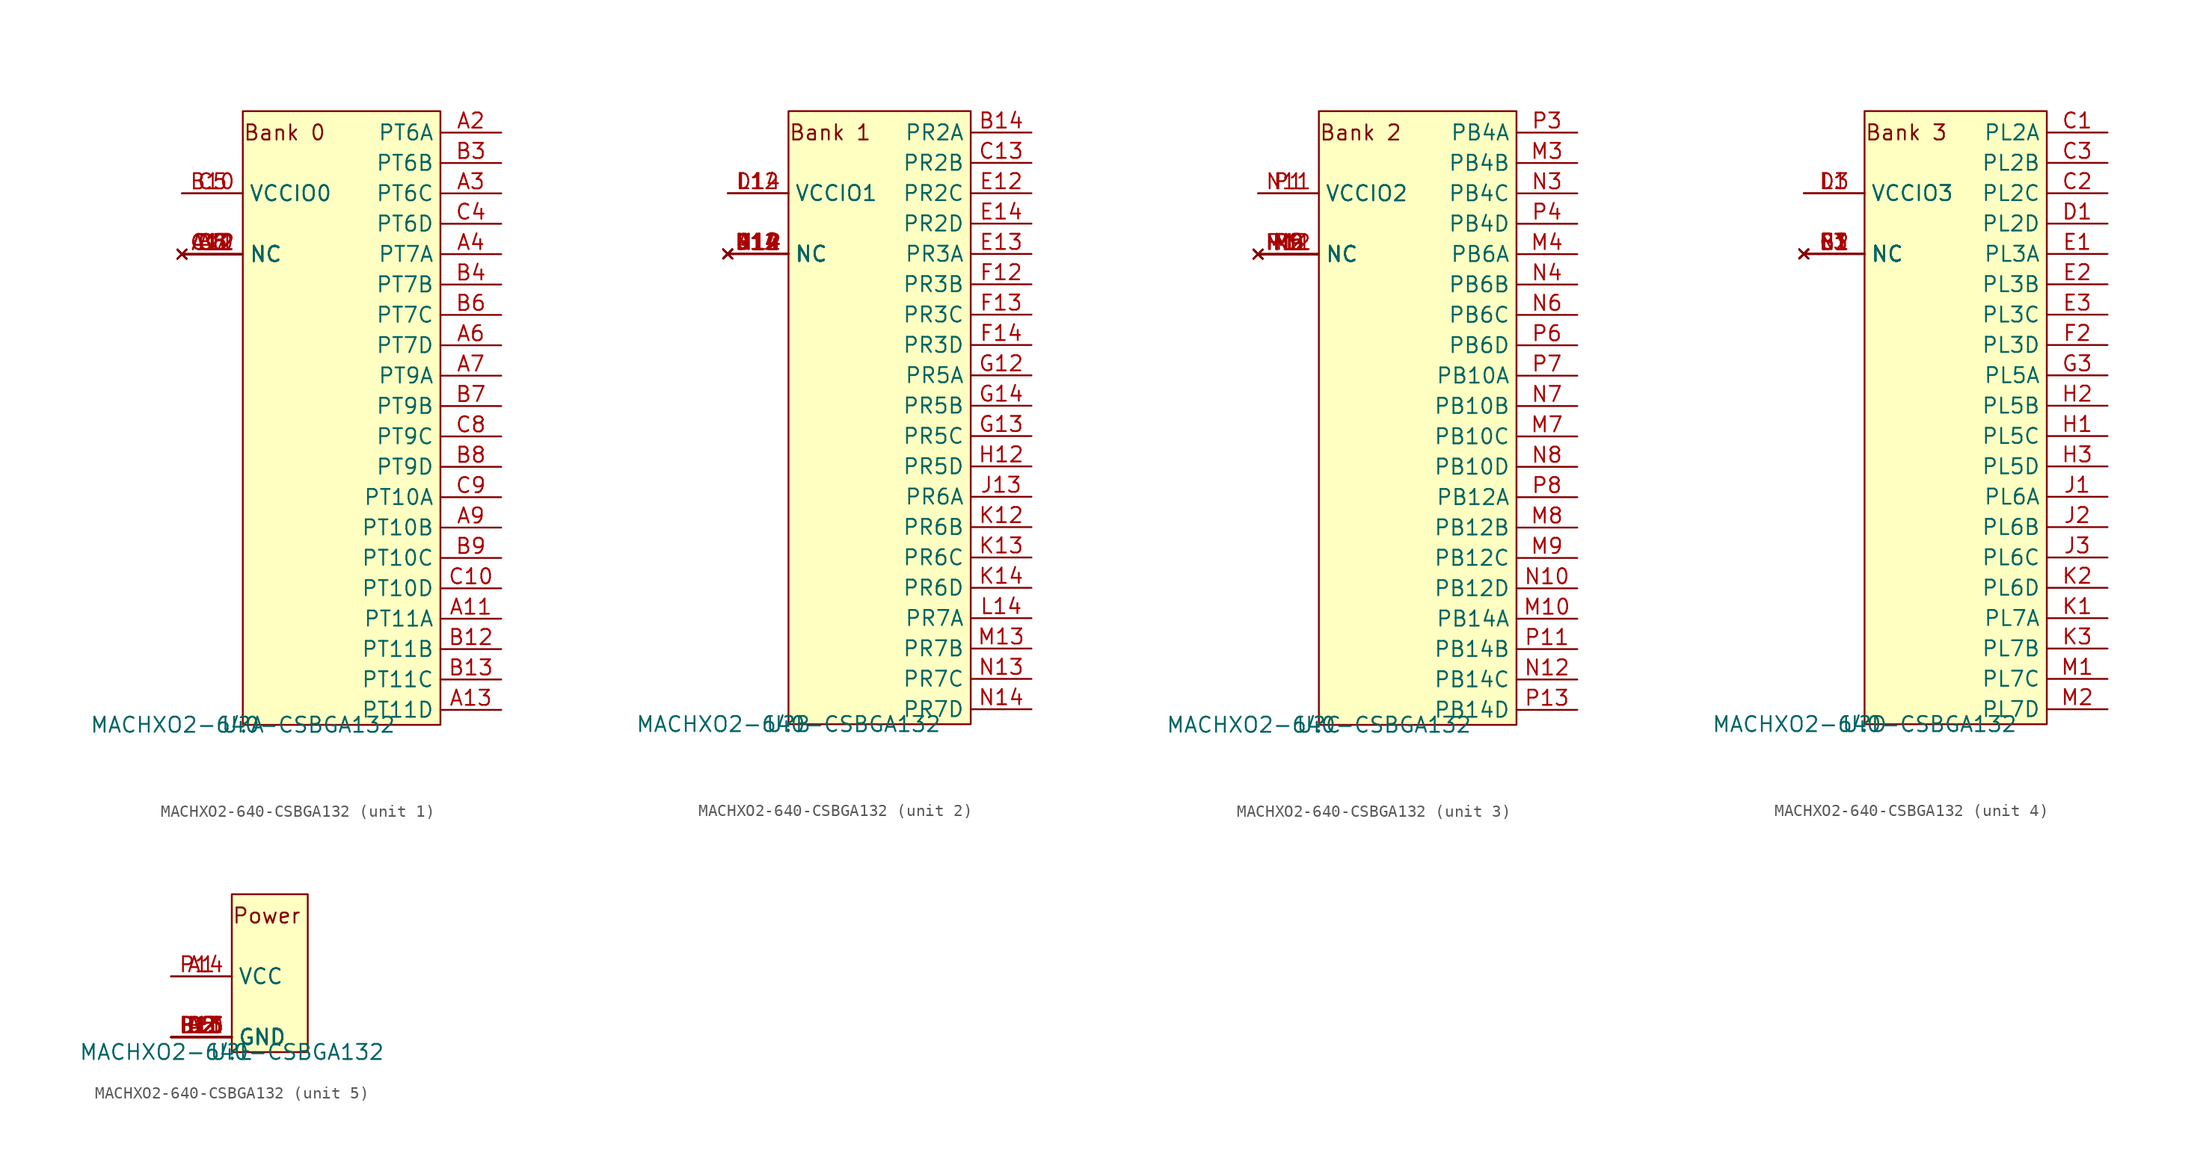
<source format=kicad_sym>
(kicad_symbol_lib
  (version 20211014)
  (generator kicad_symbol_editor)
  (symbol "MACHXO2-640-CSBGA132"
    (property "Reference" "U"
      (at 0 0 0)
      (effects (font (size 1.27 1.27))))
    (property "Value" "MACHXO2-640-CSBGA132"
      (at 0 0 0)
      (effects (font (size 1.27 1.27))))
    (property "ki_locked" ""
      (at 0 0 0)
      (effects (font (size 1.27 1.27))))
    (symbol "MACHXO2-640-CSBGA132_1_0"
      (pin power_in line (at -5.08 44.434 0) (length 5.08) (name "VCCIO0" (effects (font (size 1.27 1.27)))) (number "B10" (effects (font (size 1.27 1.27)))))
      (pin power_in line (at -5.08 44.434 0) (length 5.08) (name "VCCIO0" (effects (font (size 1.27 1.27)))) (number "C5" (effects (font (size 1.27 1.27)))))
      (pin no_connect line (at -5.08 39.354 0) (length 5.08) (name "NC" (effects (font (size 1.27 1.27)))) (number "A12" (effects (font (size 1.27 1.27)))))
      (pin no_connect line (at -5.08 39.354 0) (length 5.08) (name "NC" (effects (font (size 1.27 1.27)))) (number "C12" (effects (font (size 1.27 1.27)))))
      (pin no_connect line (at -5.08 39.354 0) (length 5.08) (name "NC" (effects (font (size 1.27 1.27)))) (number "C11" (effects (font (size 1.27 1.27)))))
      (pin no_connect line (at -5.08 39.354 0) (length 5.08) (name "NC" (effects (font (size 1.27 1.27)))) (number "A10" (effects (font (size 1.27 1.27)))))
      (pin no_connect line (at -5.08 39.354 0) (length 5.08) (name "NC" (effects (font (size 1.27 1.27)))) (number "A8" (effects (font (size 1.27 1.27)))))
      (pin no_connect line (at -5.08 39.354 0) (length 5.08) (name "NC" (effects (font (size 1.27 1.27)))) (number "C6" (effects (font (size 1.27 1.27)))))
      (pin no_connect line (at -5.08 39.354 0) (length 5.08) (name "NC" (effects (font (size 1.27 1.27)))) (number "B5" (effects (font (size 1.27 1.27)))))
      (pin no_connect line (at -5.08 39.354 0) (length 5.08) (name "NC" (effects (font (size 1.27 1.27)))) (number "C7" (effects (font (size 1.27 1.27)))))
      (pin bidirectional line (at 21.59 49.514 180) (length 5.08) (name "PT6A" (effects (font (size 1.27 1.27)))) (number "A2" (effects (font (size 1.27 1.27)))))
      (pin bidirectional line (at 21.59 46.974 180) (length 5.08) (name "PT6B" (effects (font (size 1.27 1.27)))) (number "B3" (effects (font (size 1.27 1.27)))))
      (pin bidirectional line (at 21.59 44.434 180) (length 5.08) (name "PT6C" (effects (font (size 1.27 1.27)))) (number "A3" (effects (font (size 1.27 1.27)))))
      (pin bidirectional line (at 21.59 41.894 180) (length 5.08) (name "PT6D" (effects (font (size 1.27 1.27)))) (number "C4" (effects (font (size 1.27 1.27)))))
      (pin bidirectional line (at 21.59 39.354 180) (length 5.08) (name "PT7A" (effects (font (size 1.27 1.27)))) (number "A4" (effects (font (size 1.27 1.27)))))
      (pin bidirectional line (at 21.59 36.814 180) (length 5.08) (name "PT7B" (effects (font (size 1.27 1.27)))) (number "B4" (effects (font (size 1.27 1.27)))))
      (pin bidirectional line (at 21.59 34.274 180) (length 5.08) (name "PT7C" (effects (font (size 1.27 1.27)))) (number "B6" (effects (font (size 1.27 1.27)))))
      (pin bidirectional line (at 21.59 31.734 180) (length 5.08) (name "PT7D" (effects (font (size 1.27 1.27)))) (number "A6" (effects (font (size 1.27 1.27)))))
      (pin bidirectional line (at 21.59 29.194 180) (length 5.08) (name "PT9A" (effects (font (size 1.27 1.27)))) (number "A7" (effects (font (size 1.27 1.27)))))
      (pin bidirectional line (at 21.59 26.654 180) (length 5.08) (name "PT9B" (effects (font (size 1.27 1.27)))) (number "B7" (effects (font (size 1.27 1.27)))))
      (pin bidirectional line (at 21.59 24.114 180) (length 5.08) (name "PT9C" (effects (font (size 1.27 1.27)))) (number "C8" (effects (font (size 1.27 1.27)))))
      (pin bidirectional line (at 21.59 21.574 180) (length 5.08) (name "PT9D" (effects (font (size 1.27 1.27)))) (number "B8" (effects (font (size 1.27 1.27)))))
      (pin bidirectional line (at 21.59 19.034 180) (length 5.08) (name "PT10A" (effects (font (size 1.27 1.27)))) (number "C9" (effects (font (size 1.27 1.27)))))
      (pin bidirectional line (at 21.59 16.494 180) (length 5.08) (name "PT10B" (effects (font (size 1.27 1.27)))) (number "A9" (effects (font (size 1.27 1.27)))))
      (pin bidirectional line (at 21.59 13.954 180) (length 5.08) (name "PT10C" (effects (font (size 1.27 1.27)))) (number "B9" (effects (font (size 1.27 1.27)))))
      (pin bidirectional line (at 21.59 11.414 180) (length 5.08) (name "PT10D" (effects (font (size 1.27 1.27)))) (number "C10" (effects (font (size 1.27 1.27)))))
      (pin bidirectional line (at 21.59 8.874 180) (length 5.08) (name "PT11A" (effects (font (size 1.27 1.27)))) (number "A11" (effects (font (size 1.27 1.27)))))
      (pin bidirectional line (at 21.59 6.334 180) (length 5.08) (name "PT11B" (effects (font (size 1.27 1.27)))) (number "B12" (effects (font (size 1.27 1.27)))))
      (pin bidirectional line (at 21.59 3.794 180) (length 5.08) (name "PT11C" (effects (font (size 1.27 1.27)))) (number "B13" (effects (font (size 1.27 1.27)))))
      (pin bidirectional line (at 21.59 1.254 180) (length 5.08) (name "PT11D" (effects (font (size 1.27 1.27)))) (number "A13" (effects (font (size 1.27 1.27))))))
    (symbol "MACHXO2-640-CSBGA132_1_1"
      (rectangle (start 0 0) (end 16.51 51.308) (stroke (width 0) (type default) (color 0 0 0 0)) (fill (type background)))
      (text "Bank 0" (at 0 49.514 0) (effects (font (size 1.27 1.27)) (justify left))))
    (symbol "MACHXO2-640-CSBGA132_2_0"
      (pin power_in line (at -5.08 44.434 0) (length 5.08) (name "VCCIO1" (effects (font (size 1.27 1.27)))) (number "L12" (effects (font (size 1.27 1.27)))))
      (pin power_in line (at -5.08 44.434 0) (length 5.08) (name "VCCIO1" (effects (font (size 1.27 1.27)))) (number "D14" (effects (font (size 1.27 1.27)))))
      (pin no_connect line (at -5.08 39.354 0) (length 5.08) (name "NC" (effects (font (size 1.27 1.27)))) (number "M14" (effects (font (size 1.27 1.27)))))
      (pin no_connect line (at -5.08 39.354 0) (length 5.08) (name "NC" (effects (font (size 1.27 1.27)))) (number "M12" (effects (font (size 1.27 1.27)))))
      (pin no_connect line (at -5.08 39.354 0) (length 5.08) (name "NC" (effects (font (size 1.27 1.27)))) (number "J14" (effects (font (size 1.27 1.27)))))
      (pin no_connect line (at -5.08 39.354 0) (length 5.08) (name "NC" (effects (font (size 1.27 1.27)))) (number "J12" (effects (font (size 1.27 1.27)))))
      (pin no_connect line (at -5.08 39.354 0) (length 5.08) (name "NC" (effects (font (size 1.27 1.27)))) (number "H14" (effects (font (size 1.27 1.27)))))
      (pin no_connect line (at -5.08 39.354 0) (length 5.08) (name "NC" (effects (font (size 1.27 1.27)))) (number "A14" (effects (font (size 1.27 1.27)))))
      (pin no_connect line (at -5.08 39.354 0) (length 5.08) (name "NC" (effects (font (size 1.27 1.27)))) (number "D12" (effects (font (size 1.27 1.27)))))
      (pin no_connect line (at -5.08 39.354 0) (length 5.08) (name "NC" (effects (font (size 1.27 1.27)))) (number "C14" (effects (font (size 1.27 1.27)))))
      (pin bidirectional line (at 20.32 49.514 180) (length 5.08) (name "PR2A" (effects (font (size 1.27 1.27)))) (number "B14" (effects (font (size 1.27 1.27)))))
      (pin bidirectional line (at 20.32 46.974 180) (length 5.08) (name "PR2B" (effects (font (size 1.27 1.27)))) (number "C13" (effects (font (size 1.27 1.27)))))
      (pin bidirectional line (at 20.32 44.434 180) (length 5.08) (name "PR2C" (effects (font (size 1.27 1.27)))) (number "E12" (effects (font (size 1.27 1.27)))))
      (pin bidirectional line (at 20.32 41.894 180) (length 5.08) (name "PR2D" (effects (font (size 1.27 1.27)))) (number "E14" (effects (font (size 1.27 1.27)))))
      (pin bidirectional line (at 20.32 39.354 180) (length 5.08) (name "PR3A" (effects (font (size 1.27 1.27)))) (number "E13" (effects (font (size 1.27 1.27)))))
      (pin bidirectional line (at 20.32 36.814 180) (length 5.08) (name "PR3B" (effects (font (size 1.27 1.27)))) (number "F12" (effects (font (size 1.27 1.27)))))
      (pin bidirectional line (at 20.32 34.274 180) (length 5.08) (name "PR3C" (effects (font (size 1.27 1.27)))) (number "F13" (effects (font (size 1.27 1.27)))))
      (pin bidirectional line (at 20.32 31.734 180) (length 5.08) (name "PR3D" (effects (font (size 1.27 1.27)))) (number "F14" (effects (font (size 1.27 1.27)))))
      (pin bidirectional line (at 20.32 29.194 180) (length 5.08) (name "PR5A" (effects (font (size 1.27 1.27)))) (number "G12" (effects (font (size 1.27 1.27)))))
      (pin bidirectional line (at 20.32 26.654 180) (length 5.08) (name "PR5B" (effects (font (size 1.27 1.27)))) (number "G14" (effects (font (size 1.27 1.27)))))
      (pin bidirectional line (at 20.32 24.114 180) (length 5.08) (name "PR5C" (effects (font (size 1.27 1.27)))) (number "G13" (effects (font (size 1.27 1.27)))))
      (pin bidirectional line (at 20.32 21.574 180) (length 5.08) (name "PR5D" (effects (font (size 1.27 1.27)))) (number "H12" (effects (font (size 1.27 1.27)))))
      (pin bidirectional line (at 20.32 19.034 180) (length 5.08) (name "PR6A" (effects (font (size 1.27 1.27)))) (number "J13" (effects (font (size 1.27 1.27)))))
      (pin bidirectional line (at 20.32 16.494 180) (length 5.08) (name "PR6B" (effects (font (size 1.27 1.27)))) (number "K12" (effects (font (size 1.27 1.27)))))
      (pin bidirectional line (at 20.32 13.954 180) (length 5.08) (name "PR6C" (effects (font (size 1.27 1.27)))) (number "K13" (effects (font (size 1.27 1.27)))))
      (pin bidirectional line (at 20.32 11.414 180) (length 5.08) (name "PR6D" (effects (font (size 1.27 1.27)))) (number "K14" (effects (font (size 1.27 1.27)))))
      (pin bidirectional line (at 20.32 8.874 180) (length 5.08) (name "PR7A" (effects (font (size 1.27 1.27)))) (number "L14" (effects (font (size 1.27 1.27)))))
      (pin bidirectional line (at 20.32 6.334 180) (length 5.08) (name "PR7B" (effects (font (size 1.27 1.27)))) (number "M13" (effects (font (size 1.27 1.27)))))
      (pin bidirectional line (at 20.32 3.794 180) (length 5.08) (name "PR7C" (effects (font (size 1.27 1.27)))) (number "N13" (effects (font (size 1.27 1.27)))))
      (pin bidirectional line (at 20.32 1.254 180) (length 5.08) (name "PR7D" (effects (font (size 1.27 1.27)))) (number "N14" (effects (font (size 1.27 1.27))))))
    (symbol "MACHXO2-640-CSBGA132_2_1"
      (rectangle (start 0 0) (end 15.24 51.308) (stroke (width 0) (type default) (color 0 0 0 0)) (fill (type background)))
      (text "Bank 1" (at 0 49.514 0) (effects (font (size 1.27 1.27)) (justify left))))
    (symbol "MACHXO2-640-CSBGA132_3_0"
      (pin power_in line (at -5.08 44.434 0) (length 5.08) (name "VCCIO2" (effects (font (size 1.27 1.27)))) (number "P1" (effects (font (size 1.27 1.27)))))
      (pin power_in line (at -5.08 44.434 0) (length 5.08) (name "VCCIO2" (effects (font (size 1.27 1.27)))) (number "N11" (effects (font (size 1.27 1.27)))))
      (pin no_connect line (at -5.08 39.354 0) (length 5.08) (name "NC" (effects (font (size 1.27 1.27)))) (number "P2" (effects (font (size 1.27 1.27)))))
      (pin no_connect line (at -5.08 39.354 0) (length 5.08) (name "NC" (effects (font (size 1.27 1.27)))) (number "N2" (effects (font (size 1.27 1.27)))))
      (pin no_connect line (at -5.08 39.354 0) (length 5.08) (name "NC" (effects (font (size 1.27 1.27)))) (number "N5" (effects (font (size 1.27 1.27)))))
      (pin no_connect line (at -5.08 39.354 0) (length 5.08) (name "NC" (effects (font (size 1.27 1.27)))) (number "M5" (effects (font (size 1.27 1.27)))))
      (pin no_connect line (at -5.08 39.354 0) (length 5.08) (name "NC" (effects (font (size 1.27 1.27)))) (number "M6" (effects (font (size 1.27 1.27)))))
      (pin no_connect line (at -5.08 39.354 0) (length 5.08) (name "NC" (effects (font (size 1.27 1.27)))) (number "P9" (effects (font (size 1.27 1.27)))))
      (pin no_connect line (at -5.08 39.354 0) (length 5.08) (name "NC" (effects (font (size 1.27 1.27)))) (number "N9" (effects (font (size 1.27 1.27)))))
      (pin no_connect line (at -5.08 39.354 0) (length 5.08) (name "NC" (effects (font (size 1.27 1.27)))) (number "M11" (effects (font (size 1.27 1.27)))))
      (pin no_connect line (at -5.08 39.354 0) (length 5.08) (name "NC" (effects (font (size 1.27 1.27)))) (number "P12" (effects (font (size 1.27 1.27)))))
      (pin bidirectional line (at 21.59 49.514 180) (length 5.08) (name "PB4A" (effects (font (size 1.27 1.27)))) (number "P3" (effects (font (size 1.27 1.27)))))
      (pin bidirectional line (at 21.59 46.974 180) (length 5.08) (name "PB4B" (effects (font (size 1.27 1.27)))) (number "M3" (effects (font (size 1.27 1.27)))))
      (pin bidirectional line (at 21.59 44.434 180) (length 5.08) (name "PB4C" (effects (font (size 1.27 1.27)))) (number "N3" (effects (font (size 1.27 1.27)))))
      (pin bidirectional line (at 21.59 41.894 180) (length 5.08) (name "PB4D" (effects (font (size 1.27 1.27)))) (number "P4" (effects (font (size 1.27 1.27)))))
      (pin bidirectional line (at 21.59 39.354 180) (length 5.08) (name "PB6A" (effects (font (size 1.27 1.27)))) (number "M4" (effects (font (size 1.27 1.27)))))
      (pin bidirectional line (at 21.59 36.814 180) (length 5.08) (name "PB6B" (effects (font (size 1.27 1.27)))) (number "N4" (effects (font (size 1.27 1.27)))))
      (pin bidirectional line (at 21.59 34.274 180) (length 5.08) (name "PB6C" (effects (font (size 1.27 1.27)))) (number "N6" (effects (font (size 1.27 1.27)))))
      (pin bidirectional line (at 21.59 31.734 180) (length 5.08) (name "PB6D" (effects (font (size 1.27 1.27)))) (number "P6" (effects (font (size 1.27 1.27)))))
      (pin bidirectional line (at 21.59 29.194 180) (length 5.08) (name "PB10A" (effects (font (size 1.27 1.27)))) (number "P7" (effects (font (size 1.27 1.27)))))
      (pin bidirectional line (at 21.59 26.654 180) (length 5.08) (name "PB10B" (effects (font (size 1.27 1.27)))) (number "N7" (effects (font (size 1.27 1.27)))))
      (pin bidirectional line (at 21.59 24.114 180) (length 5.08) (name "PB10C" (effects (font (size 1.27 1.27)))) (number "M7" (effects (font (size 1.27 1.27)))))
      (pin bidirectional line (at 21.59 21.574 180) (length 5.08) (name "PB10D" (effects (font (size 1.27 1.27)))) (number "N8" (effects (font (size 1.27 1.27)))))
      (pin bidirectional line (at 21.59 19.034 180) (length 5.08) (name "PB12A" (effects (font (size 1.27 1.27)))) (number "P8" (effects (font (size 1.27 1.27)))))
      (pin bidirectional line (at 21.59 16.494 180) (length 5.08) (name "PB12B" (effects (font (size 1.27 1.27)))) (number "M8" (effects (font (size 1.27 1.27)))))
      (pin bidirectional line (at 21.59 13.954 180) (length 5.08) (name "PB12C" (effects (font (size 1.27 1.27)))) (number "M9" (effects (font (size 1.27 1.27)))))
      (pin bidirectional line (at 21.59 11.414 180) (length 5.08) (name "PB12D" (effects (font (size 1.27 1.27)))) (number "N10" (effects (font (size 1.27 1.27)))))
      (pin bidirectional line (at 21.59 8.874 180) (length 5.08) (name "PB14A" (effects (font (size 1.27 1.27)))) (number "M10" (effects (font (size 1.27 1.27)))))
      (pin bidirectional line (at 21.59 6.334 180) (length 5.08) (name "PB14B" (effects (font (size 1.27 1.27)))) (number "P11" (effects (font (size 1.27 1.27)))))
      (pin bidirectional line (at 21.59 3.794 180) (length 5.08) (name "PB14C" (effects (font (size 1.27 1.27)))) (number "N12" (effects (font (size 1.27 1.27)))))
      (pin bidirectional line (at 21.59 1.254 180) (length 5.08) (name "PB14D" (effects (font (size 1.27 1.27)))) (number "P13" (effects (font (size 1.27 1.27))))))
    (symbol "MACHXO2-640-CSBGA132_3_1"
      (rectangle (start 0 0) (end 16.51 51.308) (stroke (width 0) (type default) (color 0 0 0 0)) (fill (type background)))
      (text "Bank 2" (at 0 49.514 0) (effects (font (size 1.27 1.27)) (justify left))))
    (symbol "MACHXO2-640-CSBGA132_4_0"
      (pin power_in line (at -5.08 44.434 0) (length 5.08) (name "VCCIO3" (effects (font (size 1.27 1.27)))) (number "D3" (effects (font (size 1.27 1.27)))))
      (pin power_in line (at -5.08 44.434 0) (length 5.08) (name "VCCIO3" (effects (font (size 1.27 1.27)))) (number "L1" (effects (font (size 1.27 1.27)))))
      (pin no_connect line (at -5.08 39.354 0) (length 5.08) (name "NC" (effects (font (size 1.27 1.27)))) (number "B1" (effects (font (size 1.27 1.27)))))
      (pin no_connect line (at -5.08 39.354 0) (length 5.08) (name "NC" (effects (font (size 1.27 1.27)))) (number "B2" (effects (font (size 1.27 1.27)))))
      (pin no_connect line (at -5.08 39.354 0) (length 5.08) (name "NC" (effects (font (size 1.27 1.27)))) (number "F1" (effects (font (size 1.27 1.27)))))
      (pin no_connect line (at -5.08 39.354 0) (length 5.08) (name "NC" (effects (font (size 1.27 1.27)))) (number "F3" (effects (font (size 1.27 1.27)))))
      (pin no_connect line (at -5.08 39.354 0) (length 5.08) (name "NC" (effects (font (size 1.27 1.27)))) (number "G1" (effects (font (size 1.27 1.27)))))
      (pin no_connect line (at -5.08 39.354 0) (length 5.08) (name "NC" (effects (font (size 1.27 1.27)))) (number "N1" (effects (font (size 1.27 1.27)))))
      (pin no_connect line (at -5.08 39.354 0) (length 5.08) (name "NC" (effects (font (size 1.27 1.27)))) (number "L3" (effects (font (size 1.27 1.27)))))
      (pin bidirectional line (at 20.32 49.514 180) (length 5.08) (name "PL2A" (effects (font (size 1.27 1.27)))) (number "C1" (effects (font (size 1.27 1.27)))))
      (pin bidirectional line (at 20.32 46.974 180) (length 5.08) (name "PL2B" (effects (font (size 1.27 1.27)))) (number "C3" (effects (font (size 1.27 1.27)))))
      (pin bidirectional line (at 20.32 44.434 180) (length 5.08) (name "PL2C" (effects (font (size 1.27 1.27)))) (number "C2" (effects (font (size 1.27 1.27)))))
      (pin bidirectional line (at 20.32 41.894 180) (length 5.08) (name "PL2D" (effects (font (size 1.27 1.27)))) (number "D1" (effects (font (size 1.27 1.27)))))
      (pin bidirectional line (at 20.32 39.354 180) (length 5.08) (name "PL3A" (effects (font (size 1.27 1.27)))) (number "E1" (effects (font (size 1.27 1.27)))))
      (pin bidirectional line (at 20.32 36.814 180) (length 5.08) (name "PL3B" (effects (font (size 1.27 1.27)))) (number "E2" (effects (font (size 1.27 1.27)))))
      (pin bidirectional line (at 20.32 34.274 180) (length 5.08) (name "PL3C" (effects (font (size 1.27 1.27)))) (number "E3" (effects (font (size 1.27 1.27)))))
      (pin bidirectional line (at 20.32 31.734 180) (length 5.08) (name "PL3D" (effects (font (size 1.27 1.27)))) (number "F2" (effects (font (size 1.27 1.27)))))
      (pin bidirectional line (at 20.32 29.194 180) (length 5.08) (name "PL5A" (effects (font (size 1.27 1.27)))) (number "G3" (effects (font (size 1.27 1.27)))))
      (pin bidirectional line (at 20.32 26.654 180) (length 5.08) (name "PL5B" (effects (font (size 1.27 1.27)))) (number "H2" (effects (font (size 1.27 1.27)))))
      (pin bidirectional line (at 20.32 24.114 180) (length 5.08) (name "PL5C" (effects (font (size 1.27 1.27)))) (number "H1" (effects (font (size 1.27 1.27)))))
      (pin bidirectional line (at 20.32 21.574 180) (length 5.08) (name "PL5D" (effects (font (size 1.27 1.27)))) (number "H3" (effects (font (size 1.27 1.27)))))
      (pin bidirectional line (at 20.32 19.034 180) (length 5.08) (name "PL6A" (effects (font (size 1.27 1.27)))) (number "J1" (effects (font (size 1.27 1.27)))))
      (pin bidirectional line (at 20.32 16.494 180) (length 5.08) (name "PL6B" (effects (font (size 1.27 1.27)))) (number "J2" (effects (font (size 1.27 1.27)))))
      (pin bidirectional line (at 20.32 13.954 180) (length 5.08) (name "PL6C" (effects (font (size 1.27 1.27)))) (number "J3" (effects (font (size 1.27 1.27)))))
      (pin bidirectional line (at 20.32 11.414 180) (length 5.08) (name "PL6D" (effects (font (size 1.27 1.27)))) (number "K2" (effects (font (size 1.27 1.27)))))
      (pin bidirectional line (at 20.32 8.874 180) (length 5.08) (name "PL7A" (effects (font (size 1.27 1.27)))) (number "K1" (effects (font (size 1.27 1.27)))))
      (pin bidirectional line (at 20.32 6.334 180) (length 5.08) (name "PL7B" (effects (font (size 1.27 1.27)))) (number "K3" (effects (font (size 1.27 1.27)))))
      (pin bidirectional line (at 20.32 3.794 180) (length 5.08) (name "PL7C" (effects (font (size 1.27 1.27)))) (number "M1" (effects (font (size 1.27 1.27)))))
      (pin bidirectional line (at 20.32 1.254 180) (length 5.08) (name "PL7D" (effects (font (size 1.27 1.27)))) (number "M2" (effects (font (size 1.27 1.27))))))
    (symbol "MACHXO2-640-CSBGA132_4_1"
      (rectangle (start 0 0) (end 15.24 51.308) (stroke (width 0) (type default) (color 0 0 0 0)) (fill (type background)))
      (text "Bank 3" (at 0 49.514 0) (effects (font (size 1.27 1.27)) (justify left))))
    (symbol "MACHXO2-640-CSBGA132_5_0"
      (pin power_in line (at -5.08 6.334 0) (length 5.08) (name "VCC" (effects (font (size 1.27 1.27)))) (number "P14" (effects (font (size 1.27 1.27)))))
      (pin power_in line (at -5.08 6.334 0) (length 5.08) (name "VCC" (effects (font (size 1.27 1.27)))) (number "A1" (effects (font (size 1.27 1.27)))))
      (pin power_in line (at -5.08 1.254 0) (length 5.08) (name "GND" (effects (font (size 1.27 1.27)))) (number "D2" (effects (font (size 1.27 1.27)))))
      (pin power_in line (at -5.08 1.254 0) (length 5.08) (name "GND" (effects (font (size 1.27 1.27)))) (number "G2" (effects (font (size 1.27 1.27)))))
      (pin power_in line (at -5.08 1.254 0) (length 5.08) (name "GND" (effects (font (size 1.27 1.27)))) (number "L2" (effects (font (size 1.27 1.27)))))
      (pin power_in line (at -5.08 1.254 0) (length 5.08) (name "GND" (effects (font (size 1.27 1.27)))) (number "P5" (effects (font (size 1.27 1.27)))))
      (pin power_in line (at -5.08 1.254 0) (length 5.08) (name "GND" (effects (font (size 1.27 1.27)))) (number "P10" (effects (font (size 1.27 1.27)))))
      (pin power_in line (at -5.08 1.254 0) (length 5.08) (name "GND" (effects (font (size 1.27 1.27)))) (number "L13" (effects (font (size 1.27 1.27)))))
      (pin power_in line (at -5.08 1.254 0) (length 5.08) (name "GND" (effects (font (size 1.27 1.27)))) (number "H13" (effects (font (size 1.27 1.27)))))
      (pin power_in line (at -5.08 1.254 0) (length 5.08) (name "GND" (effects (font (size 1.27 1.27)))) (number "D13" (effects (font (size 1.27 1.27)))))
      (pin power_in line (at -5.08 1.254 0) (length 5.08) (name "GND" (effects (font (size 1.27 1.27)))) (number "B11" (effects (font (size 1.27 1.27)))))
      (pin power_in line (at -5.08 1.254 0) (length 5.08) (name "GND" (effects (font (size 1.27 1.27)))) (number "A5" (effects (font (size 1.27 1.27))))))
    (symbol "MACHXO2-640-CSBGA132_5_1"
      (rectangle (start 0 0) (end 6.35 13.208) (stroke (width 0) (type default) (color 0 0 0 0)) (fill (type background)))
      (text "Power" (at 0 11.414 0) (effects (font (size 1.27 1.27)) (justify left))))))
</source>
